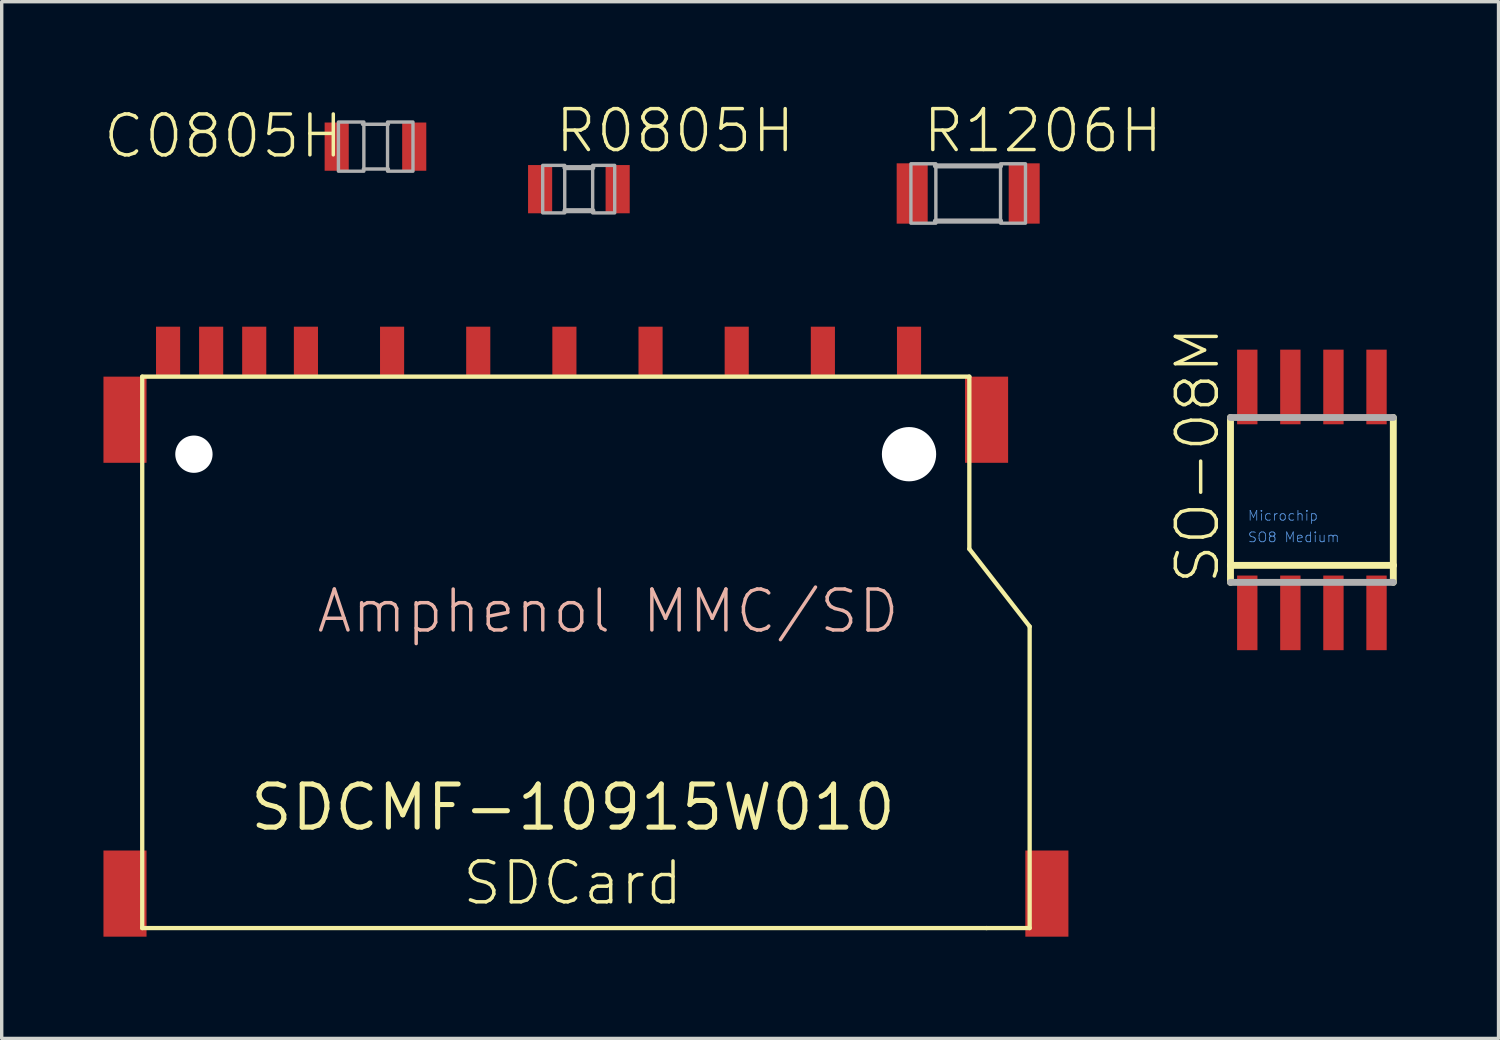
<source format=kicad_pcb>
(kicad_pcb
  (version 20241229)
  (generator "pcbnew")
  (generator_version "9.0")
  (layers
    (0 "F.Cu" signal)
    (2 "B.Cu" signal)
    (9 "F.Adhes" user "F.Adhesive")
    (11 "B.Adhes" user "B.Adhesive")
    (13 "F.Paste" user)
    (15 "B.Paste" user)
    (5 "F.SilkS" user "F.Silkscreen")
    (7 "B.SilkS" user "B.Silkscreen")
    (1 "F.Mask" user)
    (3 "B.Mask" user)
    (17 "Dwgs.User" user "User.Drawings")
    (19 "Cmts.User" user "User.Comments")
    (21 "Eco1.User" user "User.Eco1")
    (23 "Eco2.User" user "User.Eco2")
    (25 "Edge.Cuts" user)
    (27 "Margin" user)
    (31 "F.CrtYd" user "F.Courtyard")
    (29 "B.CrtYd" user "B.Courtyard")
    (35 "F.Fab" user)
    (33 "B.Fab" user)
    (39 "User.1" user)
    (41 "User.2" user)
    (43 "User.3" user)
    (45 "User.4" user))
  (footprint "C0805H"
    (layer "F.Cu")
    (at 8.019 1.273)
    (property "Reference" "C0805H" (at -0.889 -1.016 0) (layer "F.SilkS") (effects (font (size 1.206 1.206) (thickness 0.102)) (justify right top)))
    (attr through_hole)
    (fp_line (start -0.381 -0.66) (end 0.381 -0.66) (stroke (width 0.102) (type solid)) (layer "F.Fab"))
    (fp_line (start -0.356 0.66) (end 0.381 0.66) (stroke (width 0.102) (type solid)) (layer "F.Fab"))
    (fp_poly (pts (xy -1.092 0.724) (xy -0.342 0.724) (xy -0.342 -0.726) (xy -1.092 -0.726)) (stroke (width 0.1) (type solid)) (fill no) (layer "F.Fab"))
    (fp_poly (pts (xy 0.356 0.724) (xy 1.106 0.724) (xy 1.106 -0.726) (xy 0.356 -0.726)) (stroke (width 0.1) (type solid)) (fill no) (layer "F.Fab"))
    (pad "P$1" smd rect (at -1.143 0 90) (size 1.422 0.711) (layers "F.Cu" "F.Mask" "F.Paste"))
    (pad "P$2" smd rect (at 1.143 0 90) (size 1.422 0.711) (layers "F.Cu" "F.Mask" "F.Paste")))
  (footprint "SDCMF-10915W010"
    (layer "F.Cu")
    (at 13.843 20.754)
    (property "Reference" "SDCMF-10915W010" (at 0 0 0) (layer "F.SilkS") (effects (font (size 1.27 1.27) (thickness 0.15))))
    (attr through_hole)
    (fp_line (start -12.7 -12.7) (end -12.7 3.556) (stroke (width 0.127) (type solid)) (layer "F.SilkS"))
    (fp_line (start -12.7 -12.7) (end 11.684 -12.7) (stroke (width 0.127) (type solid)) (layer "F.SilkS"))
    (fp_line (start -12.7 3.556) (end 12.192 3.556) (stroke (width 0.127) (type solid)) (layer "F.SilkS"))
    (fp_line (start 11.684 -12.7) (end 11.684 -7.62) (stroke (width 0.127) (type solid)) (layer "F.SilkS"))
    (fp_line (start 11.684 -7.62) (end 13.462 -5.334) (stroke (width 0.127) (type solid)) (layer "F.SilkS"))
    (fp_line (start 12.192 3.556) (end 13.462 3.556) (stroke (width 0.127) (type solid)) (layer "F.SilkS"))
    (fp_line (start 13.462 3.556) (end 13.462 -5.334) (stroke (width 0.127) (type solid)) (layer "F.SilkS"))
    (fp_text user "SDCard" (at 3.302 1.524 0) (layer "F.SilkS") (effects (font (size 1.206 1.206) (thickness 0.102)) (justify right top)))
    (fp_text user "Amphenol MMC/SD" (at -7.62 -5.08 0) (layer "B.SilkS") (effects (font (size 1.206 1.206) (thickness 0.102)) (justify left bottom)))
    (pad "" np_thru_hole circle (at -11.176 -10.414) (size 1.1 1.1) (drill 1.1) (layers "*.Cu" "*.Mask"))
    (pad "" np_thru_hole circle (at 9.906 -10.414) (size 1.6 1.6) (drill 1.6) (layers "*.Cu" "*.Mask"))
    (pad "1" smd rect (at 7.366 -13.462 90) (size 1.422 0.711) (layers "F.Cu" "F.Mask" "F.Paste"))
    (pad "2" smd rect (at 4.826 -13.462 90) (size 1.422 0.711) (layers "F.Cu" "F.Mask" "F.Paste"))
    (pad "3" smd rect (at 2.286 -13.462 90) (size 1.422 0.711) (layers "F.Cu" "F.Mask" "F.Paste"))
    (pad "4" smd rect (at -0.254 -13.462 90) (size 1.422 0.711) (layers "F.Cu" "F.Mask" "F.Paste"))
    (pad "5" smd rect (at -2.794 -13.462 90) (size 1.422 0.711) (layers "F.Cu" "F.Mask" "F.Paste"))
    (pad "6" smd rect (at -5.334 -13.462 90) (size 1.422 0.711) (layers "F.Cu" "F.Mask" "F.Paste"))
    (pad "7" smd rect (at -7.874 -13.462 90) (size 1.422 0.711) (layers "F.Cu" "F.Mask" "F.Paste"))
    (pad "8" smd rect (at -9.398 -13.462 90) (size 1.422 0.711) (layers "F.Cu" "F.Mask" "F.Paste"))
    (pad "9" smd rect (at 9.906 -13.462 90) (size 1.422 0.711) (layers "F.Cu" "F.Mask" "F.Paste"))
    (pad "10" smd rect (at -11.938 -13.462 90) (size 1.422 0.711) (layers "F.Cu" "F.Mask" "F.Paste"))
    (pad "11" smd rect (at -10.668 -13.462 90) (size 1.422 0.711) (layers "F.Cu" "F.Mask" "F.Paste"))
    (pad "12" smd rect (at 12.192 -11.43 90) (size 2.54 1.27) (layers "F.Cu" "F.Mask" "F.Paste"))
    (pad "13" smd rect (at 13.97 2.54 90) (size 2.54 1.27) (layers "F.Cu" "F.Mask" "F.Paste"))
    (pad "14" smd rect (at -13.208 2.54 90) (size 2.54 1.27) (layers "F.Cu" "F.Mask" "F.Paste"))
    (pad "15" smd rect (at -13.208 -11.43 90) (size 2.54 1.27) (layers "F.Cu" "F.Mask" "F.Paste")))
  (footprint "SO-08M"
    (layer "F.Cu")
    (at 35.626 11.688)
    (property "Reference" "SO-08M" (at -2.667 2.54 90) (layer "F.SilkS") (effects (font (size 1.206 1.206) (thickness 0.102)) (justify left bottom)))
    (attr through_hole)
    (fp_line (start -2.4 1.93) (end -2.4 -2.43) (stroke (width 0.203) (type solid)) (layer "F.SilkS"))
    (fp_line (start -2.4 2.43) (end -2.4 1.93) (stroke (width 0.203) (type solid)) (layer "F.SilkS"))
    (fp_line (start 2.4 -2.43) (end 2.4 1.93) (stroke (width 0.203) (type solid)) (layer "F.SilkS"))
    (fp_line (start 2.4 1.93) (end -2.4 1.93) (stroke (width 0.203) (type solid)) (layer "F.SilkS"))
    (fp_line (start 2.4 1.93) (end 2.4 2.43) (stroke (width 0.203) (type solid)) (layer "F.SilkS"))
    (fp_line (start -2.4 -2.43) (end 2.4 -2.43) (stroke (width 0.203) (type solid)) (layer "F.Fab"))
    (fp_line (start 2.4 2.43) (end -2.4 2.43) (stroke (width 0.203) (type solid)) (layer "F.Fab"))
    (fp_text user "SO8 Medium" (at -1.905 1.27 0) (layer "Cmts.User") (effects (font (size 0.29 0.29) (thickness 0.024)) (justify left bottom)))
    (fp_text user "Microchip" (at -1.905 0.635 0) (layer "Cmts.User") (effects (font (size 0.29 0.29) (thickness 0.024)) (justify left bottom)))
    (pad "1" smd rect (at -1.905 3.33) (size 0.6 2.2) (layers "F.Cu" "F.Mask" "F.Paste"))
    (pad "2" smd rect (at -0.635 3.33) (size 0.6 2.2) (layers "F.Cu" "F.Mask" "F.Paste"))
    (pad "3" smd rect (at 0.635 3.33) (size 0.6 2.2) (layers "F.Cu" "F.Mask" "F.Paste"))
    (pad "4" smd rect (at 1.905 3.33) (size 0.6 2.2) (layers "F.Cu" "F.Mask" "F.Paste"))
    (pad "5" smd rect (at 1.905 -3.33) (size 0.6 2.2) (layers "F.Cu" "F.Mask" "F.Paste"))
    (pad "6" smd rect (at 0.635 -3.33) (size 0.6 2.2) (layers "F.Cu" "F.Mask" "F.Paste"))
    (pad "7" smd rect (at -0.635 -3.33) (size 0.6 2.2) (layers "F.Cu" "F.Mask" "F.Paste"))
    (pad "8" smd rect (at -1.905 -3.33) (size 0.6 2.2) (layers "F.Cu" "F.Mask" "F.Paste")))
  (footprint "R1206H"
    (layer "F.Cu")
    (at 25.493 2.654)
    (property "Reference" "R1206H" (at -1.397 -1.143 0) (layer "F.SilkS") (effects (font (size 1.206 1.206) (thickness 0.102)) (justify left bottom)))
    (attr through_hole)
    (fp_line (start 0.953 -0.813) (end -0.965 -0.813) (stroke (width 0.152) (type solid)) (layer "F.Fab"))
    (fp_line (start 0.953 0.813) (end -0.965 0.813) (stroke (width 0.152) (type solid)) (layer "F.Fab"))
    (fp_poly (pts (xy -1.689 0.876) (xy -0.953 0.876) (xy -0.953 -0.876) (xy -1.689 -0.876)) (stroke (width 0.1) (type solid)) (fill no) (layer "F.Fab"))
    (fp_poly (pts (xy 0.953 0.876) (xy 1.689 0.876) (xy 1.689 -0.876) (xy 0.953 -0.876)) (stroke (width 0.1) (type solid)) (fill no) (layer "F.Fab"))
    (pad "P$1" smd rect (at 1.651 0 90) (size 1.778 0.914) (layers "F.Cu" "F.Mask" "F.Paste"))
    (pad "P$2" smd rect (at -1.651 0 90) (size 1.778 0.914) (layers "F.Cu" "F.Mask" "F.Paste")))
  (footprint "R0805H"
    (layer "F.Cu")
    (at 14.016 2.527)
    (property "Reference" "R0805H" (at -0.762 -1.016 0) (layer "F.SilkS") (effects (font (size 1.206 1.206) (thickness 0.102)) (justify left bottom)))
    (attr through_hole)
    (fp_line (start -0.41 -0.635) (end 0.41 -0.635) (stroke (width 0.152) (type solid)) (layer "F.Fab"))
    (fp_line (start -0.41 0.635) (end 0.41 0.635) (stroke (width 0.152) (type solid)) (layer "F.Fab"))
    (fp_poly (pts (xy -1.067 0.699) (xy -0.417 0.699) (xy -0.417 -0.702) (xy -1.067 -0.702)) (stroke (width 0.1) (type solid)) (fill no) (layer "F.Fab"))
    (fp_poly (pts (xy 0.406 0.699) (xy 1.056 0.699) (xy 1.056 -0.702) (xy 0.406 -0.702)) (stroke (width 0.1) (type solid)) (fill no) (layer "F.Fab"))
    (pad "P$1" smd rect (at -1.143 0 90) (size 1.422 0.711) (layers "F.Cu" "F.Mask" "F.Paste"))
    (pad "P$2" smd rect (at 1.143 0 90) (size 1.422 0.711) (layers "F.Cu" "F.Mask" "F.Paste")))
  (gr_rect
    (start -3 -3)
    (end 41.128 27.564)
    (stroke (width 0.1) (type default))
    (fill no)
    (layer "Edge.Cuts")))
</source>
